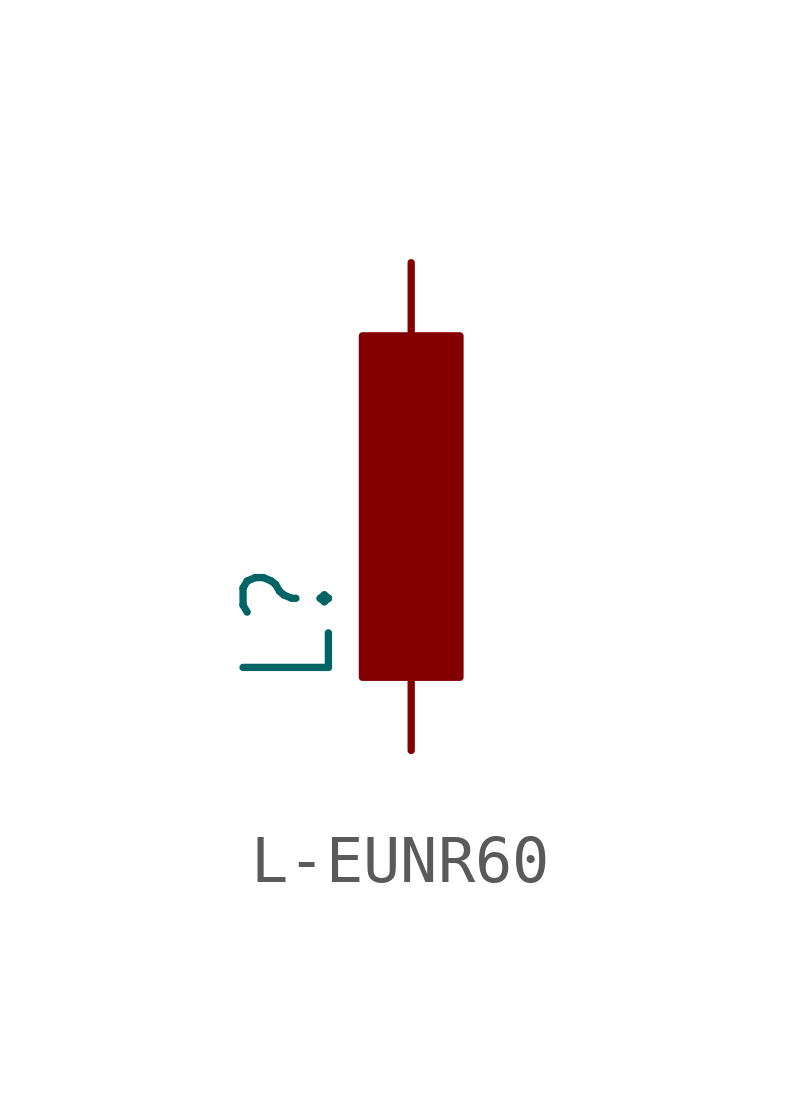
<source format=kicad_sym>
(kicad_symbol_lib
  (version 20241209)
  (generator "kicad_symbol_editor")
  (generator_version "9.0")
  (symbol "L-EUNR60"
    (property "Reference" "L"
      (at -1.499 -3.81 90)
      (effects (font (size 1.778 1.511)) (justify left bottom)))
    (property "Value" ""
      (at 3.302 -3.81 90)
      (effects (font (size 1.778 1.511)) (justify left bottom)))
    (property "ki_locked" ""
      (at 0 0 0)
      (effects (font (size 1.27 1.27))))
    (symbol "L-EUNR60_1_0"
      (rectangle (start -1.016 -3.556) (end 1.016 3.556) (stroke (width 0) (type default)) (fill (type outline)))
      (pin passive line (at 0 5.08 270) (length 2.54) (name "1" (effects (font (size 0 0)))) (number "P$1" (effects (font (size 0 0)))))
      (pin passive line (at 0 -5.08 90) (length 2.54) (name "2" (effects (font (size 0 0)))) (number "P$2" (effects (font (size 0 0))))))))
</source>
